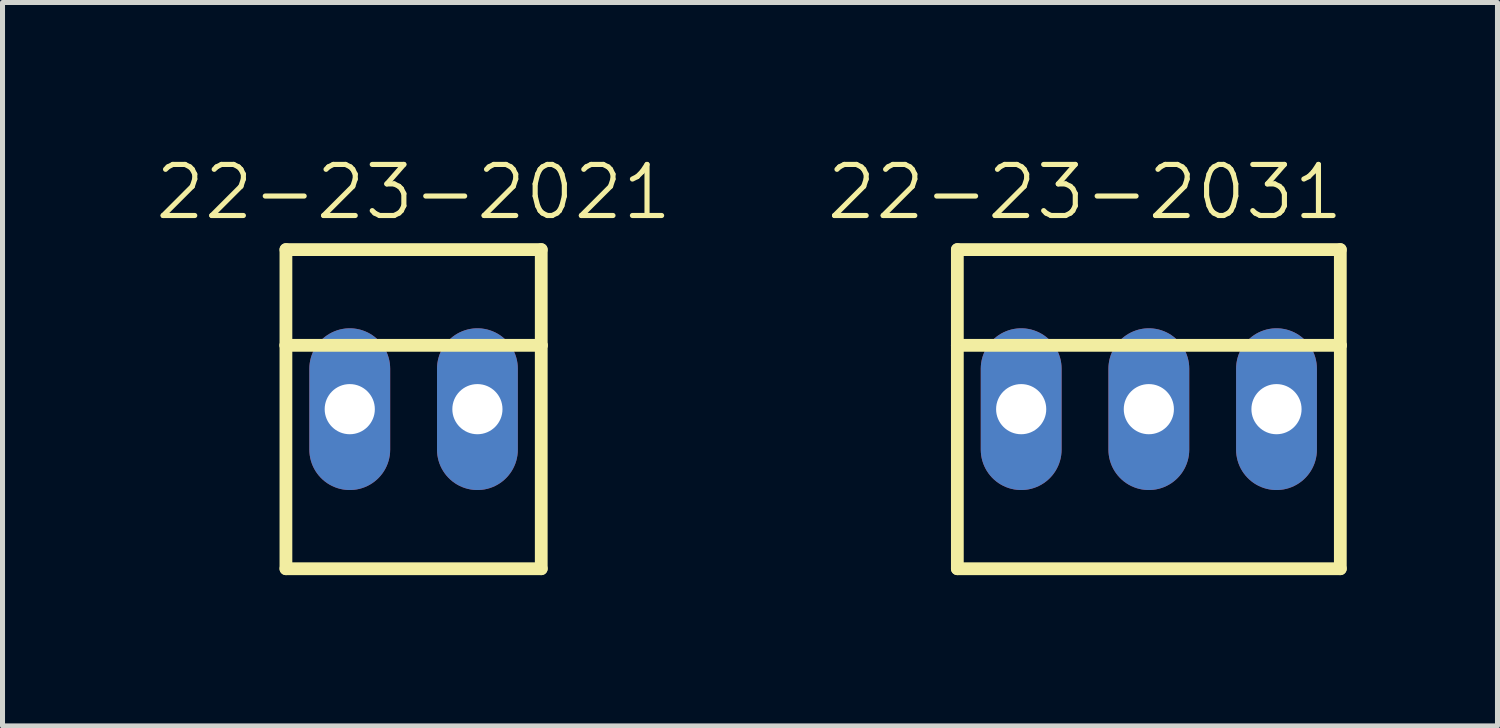
<source format=kicad_pcb>
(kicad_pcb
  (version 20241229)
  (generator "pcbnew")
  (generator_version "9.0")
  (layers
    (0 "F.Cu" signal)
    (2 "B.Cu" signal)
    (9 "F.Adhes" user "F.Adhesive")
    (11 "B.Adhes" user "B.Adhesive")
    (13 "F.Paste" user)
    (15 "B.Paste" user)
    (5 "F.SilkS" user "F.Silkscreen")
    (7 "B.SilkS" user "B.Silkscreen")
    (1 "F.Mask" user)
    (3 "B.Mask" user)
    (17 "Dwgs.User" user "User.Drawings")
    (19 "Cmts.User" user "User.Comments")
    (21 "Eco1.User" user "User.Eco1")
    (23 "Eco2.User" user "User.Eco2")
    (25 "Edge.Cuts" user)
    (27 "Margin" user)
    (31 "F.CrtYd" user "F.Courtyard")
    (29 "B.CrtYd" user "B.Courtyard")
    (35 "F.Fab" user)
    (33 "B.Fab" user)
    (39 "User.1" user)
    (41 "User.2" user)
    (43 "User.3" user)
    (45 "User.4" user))
  (footprint "22-23-2031"
    (layer "F.Cu")
    (at 19.808 5.091)
    (property "Reference" "22-23-2031" (at -1.27 -4.318 0) (layer "F.SilkS") (effects (font (size 1.016 1.016) (thickness 0.102))))
    (attr exclude_from_pos_files exclude_from_bom)
    (fp_line (start -3.81 -3.175) (end 3.81 -3.175) (stroke (width 0.254) (type solid)) (layer "F.SilkS"))
    (fp_line (start -3.81 -1.27) (end -3.81 -3.175) (stroke (width 0.254) (type solid)) (layer "F.SilkS"))
    (fp_line (start -3.81 -1.27) (end 3.81 -1.27) (stroke (width 0.254) (type solid)) (layer "F.SilkS"))
    (fp_line (start -3.81 3.175) (end -3.81 -1.27) (stroke (width 0.254) (type solid)) (layer "F.SilkS"))
    (fp_line (start 3.81 -3.175) (end 3.81 -1.27) (stroke (width 0.254) (type solid)) (layer "F.SilkS"))
    (fp_line (start 3.81 -1.27) (end 3.81 3.175) (stroke (width 0.254) (type solid)) (layer "F.SilkS"))
    (fp_line (start 3.81 3.175) (end -3.81 3.175) (stroke (width 0.254) (type solid)) (layer "F.SilkS"))
    (pad "1" thru_hole oval (at -2.54 0 180) (size 1.608 3.218) (drill 0.998) (layers "*.Cu" "*.Paste" "*.Mask"))
    (pad "2" thru_hole oval (at 0 0 180) (size 1.608 3.218) (drill 0.998) (layers "*.Cu" "*.Paste" "*.Mask"))
    (pad "3" thru_hole oval (at 2.54 0 180) (size 1.608 3.218) (drill 0.998) (layers "*.Cu" "*.Paste" "*.Mask")))
  (footprint "22-23-2021"
    (layer "F.Cu")
    (at 5.179 5.091)
    (property "Reference" "22-23-2021" (at 0 -4.318 0) (layer "F.SilkS") (effects (font (size 1.016 1.016) (thickness 0.102))))
    (attr exclude_from_pos_files exclude_from_bom)
    (fp_line (start -2.54 -3.175) (end 2.54 -3.175) (stroke (width 0.254) (type solid)) (layer "F.SilkS"))
    (fp_line (start -2.54 -1.27) (end -2.54 -3.175) (stroke (width 0.254) (type solid)) (layer "F.SilkS"))
    (fp_line (start -2.54 -1.27) (end 2.54 -1.27) (stroke (width 0.254) (type solid)) (layer "F.SilkS"))
    (fp_line (start -2.54 3.175) (end -2.54 -1.27) (stroke (width 0.254) (type solid)) (layer "F.SilkS"))
    (fp_line (start 2.54 -3.175) (end 2.54 -1.27) (stroke (width 0.254) (type solid)) (layer "F.SilkS"))
    (fp_line (start 2.54 -1.27) (end 2.54 3.175) (stroke (width 0.254) (type solid)) (layer "F.SilkS"))
    (fp_line (start 2.54 3.175) (end -2.54 3.175) (stroke (width 0.254) (type solid)) (layer "F.SilkS"))
    (pad "1" thru_hole oval (at -1.27 0 180) (size 1.608 3.218) (drill 0.998) (layers "*.Cu" "*.Paste" "*.Mask"))
    (pad "2" thru_hole oval (at 1.27 0 180) (size 1.608 3.218) (drill 0.998) (layers "*.Cu" "*.Paste" "*.Mask")))
  (gr_rect
    (start -3 -3)
    (end 26.745 11.393)
    (stroke (width 0.1) (type default))
    (fill no)
    (layer "Edge.Cuts")))
</source>
